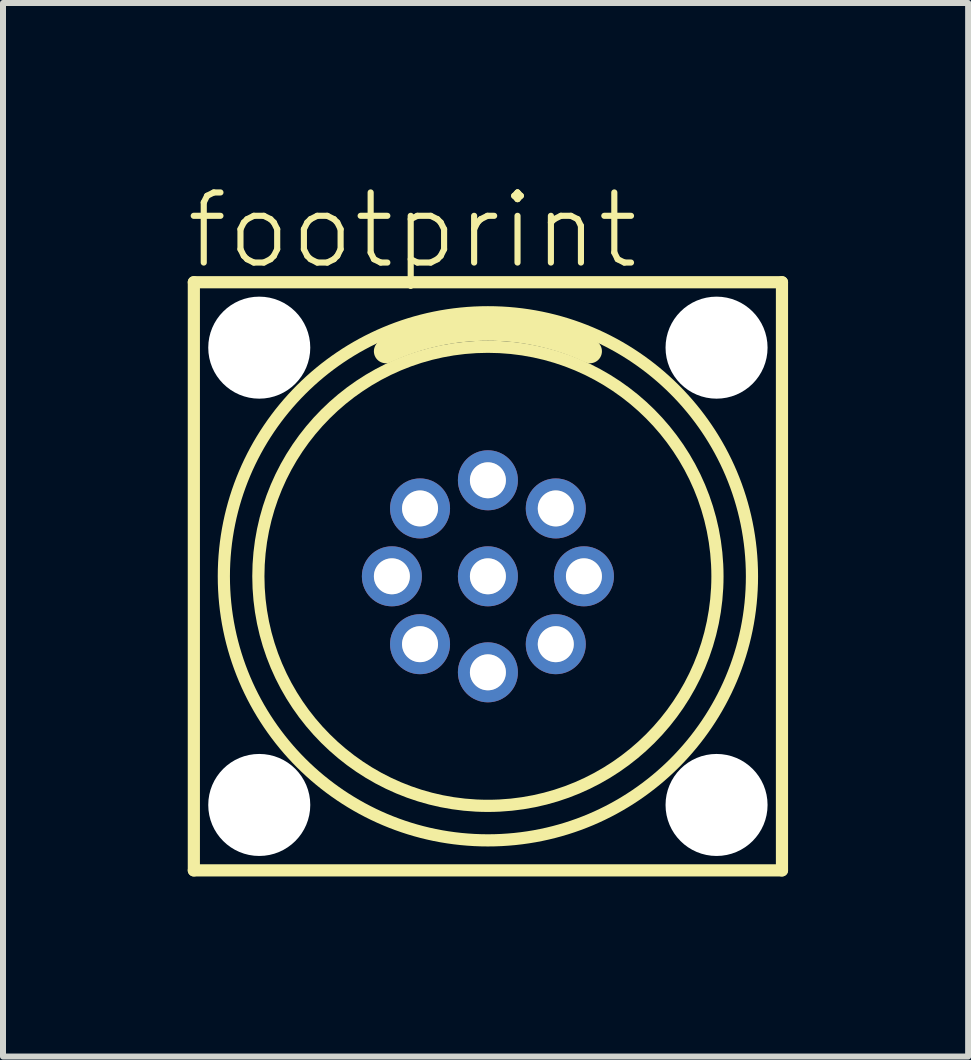
<source format=kicad_pcb>
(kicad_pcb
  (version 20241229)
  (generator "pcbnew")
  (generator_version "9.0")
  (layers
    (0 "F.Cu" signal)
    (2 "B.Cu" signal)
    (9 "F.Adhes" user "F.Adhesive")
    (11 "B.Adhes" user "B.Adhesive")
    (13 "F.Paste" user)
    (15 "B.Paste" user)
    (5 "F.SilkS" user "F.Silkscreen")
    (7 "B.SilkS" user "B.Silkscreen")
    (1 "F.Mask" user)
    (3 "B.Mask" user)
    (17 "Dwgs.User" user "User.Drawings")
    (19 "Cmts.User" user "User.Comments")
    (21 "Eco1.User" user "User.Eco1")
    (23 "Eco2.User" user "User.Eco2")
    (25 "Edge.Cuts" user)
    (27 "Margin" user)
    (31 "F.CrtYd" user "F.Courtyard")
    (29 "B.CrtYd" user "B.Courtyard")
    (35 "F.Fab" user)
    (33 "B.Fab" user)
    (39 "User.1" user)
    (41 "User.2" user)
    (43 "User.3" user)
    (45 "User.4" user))
  (footprint "footprint"
    (layer "F.Cu")
    (at 5.08 6.553)
    (property "Reference" "footprint" (at -5.08 -5.08 0) (layer "F.SilkS") (effects (font (size 1.168 1.168) (thickness 0.102)) (justify left bottom)))
    (fp_line (start -4.9 -4.9) (end 4.9 -4.9) (stroke (width 0.203) (type solid)) (layer "F.SilkS"))
    (fp_line (start -4.9 4.9) (end -4.9 -4.9) (stroke (width 0.203) (type solid)) (layer "F.SilkS"))
    (fp_line (start 4.9 -4.9) (end 4.9 4.9) (stroke (width 0.203) (type solid)) (layer "F.SilkS"))
    (fp_line (start 4.9 4.9) (end -4.9 4.9) (stroke (width 0.203) (type solid)) (layer "F.SilkS"))
    (fp_arc (start -1.7 -3.75) (mid 0 -4.125003) (end 1.7 -3.75) (stroke (width 0.4) (type solid)) (layer "F.SilkS"))
    (fp_circle (center 0 0) (end 3.825 0) (stroke (width 0.203) (type solid)) (fill no) (layer "F.SilkS"))
    (fp_circle (center 0 0) (end 4.4 0) (stroke (width 0.203) (type solid)) (fill no) (layer "F.SilkS"))
    (fp_circle (center -1.6 0) (end -1.402 0) (stroke (width 0.203) (type solid)) (fill no) (layer "F.Fab"))
    (fp_circle (center -1.131 -1.131) (end -0.933 -1.131) (stroke (width 0.203) (type solid)) (fill no) (layer "F.Fab"))
    (fp_circle (center -1.131 1.131) (end -0.933 1.131) (stroke (width 0.203) (type solid)) (fill no) (layer "F.Fab"))
    (fp_circle (center 0 -1.6) (end 0.198 -1.6) (stroke (width 0.203) (type solid)) (fill no) (layer "F.Fab"))
    (fp_circle (center 0 0) (end 0.198 0) (stroke (width 0.203) (type solid)) (fill no) (layer "F.Fab"))
    (fp_circle (center 0 1.6) (end 0.198 1.6) (stroke (width 0.203) (type solid)) (fill no) (layer "F.Fab"))
    (fp_circle (center 1.131 -1.131) (end 1.33 -1.131) (stroke (width 0.203) (type solid)) (fill no) (layer "F.Fab"))
    (fp_circle (center 1.131 1.131) (end 1.33 1.131) (stroke (width 0.203) (type solid)) (fill no) (layer "F.Fab"))
    (fp_circle (center 1.6 0) (end 1.798 0) (stroke (width 0.203) (type solid)) (fill no) (layer "F.Fab"))
    (pad "" np_thru_hole circle (at -3.81 -3.81) (size 1.7 1.7) (drill 1.7) (layers "*.Cu" "*.Mask"))
    (pad "" np_thru_hole circle (at -3.81 3.81) (size 1.7 1.7) (drill 1.7) (layers "*.Cu" "*.Mask"))
    (pad "" np_thru_hole circle (at 3.81 -3.81) (size 1.7 1.7) (drill 1.7) (layers "*.Cu" "*.Mask"))
    (pad "" np_thru_hole circle (at 3.81 3.81) (size 1.7 1.7) (drill 1.7) (layers "*.Cu" "*.Mask"))
    (pad "1" thru_hole circle (at 0 -1.6 90) (size 1 1) (drill 0.6) (layers "*.Cu" "*.Mask"))
    (pad "2" thru_hole circle (at -1.131 -1.131 135) (size 1 1) (drill 0.6) (layers "*.Cu" "*.Mask"))
    (pad "3" thru_hole circle (at -1.6 0 180) (size 1 1) (drill 0.6) (layers "*.Cu" "*.Mask"))
    (pad "4" thru_hole circle (at -1.131 1.131 225) (size 1 1) (drill 0.6) (layers "*.Cu" "*.Mask"))
    (pad "5" thru_hole circle (at 0 1.6 270) (size 1 1) (drill 0.6) (layers "*.Cu" "*.Mask"))
    (pad "6" thru_hole circle (at 1.131 1.131 315) (size 1 1) (drill 0.6) (layers "*.Cu" "*.Mask"))
    (pad "7" thru_hole circle (at 1.6 0) (size 1 1) (drill 0.6) (layers "*.Cu" "*.Mask"))
    (pad "8" thru_hole circle (at 1.131 -1.131 45) (size 1 1) (drill 0.6) (layers "*.Cu" "*.Mask"))
    (pad "9" thru_hole circle (at 0 0) (size 1 1) (drill 0.6) (layers "*.Cu" "*.Mask")))
  (gr_rect
    (start -3 -3)
    (end 13.082 14.555)
    (stroke (width 0.1) (type default))
    (fill no)
    (layer "Edge.Cuts")))
</source>
